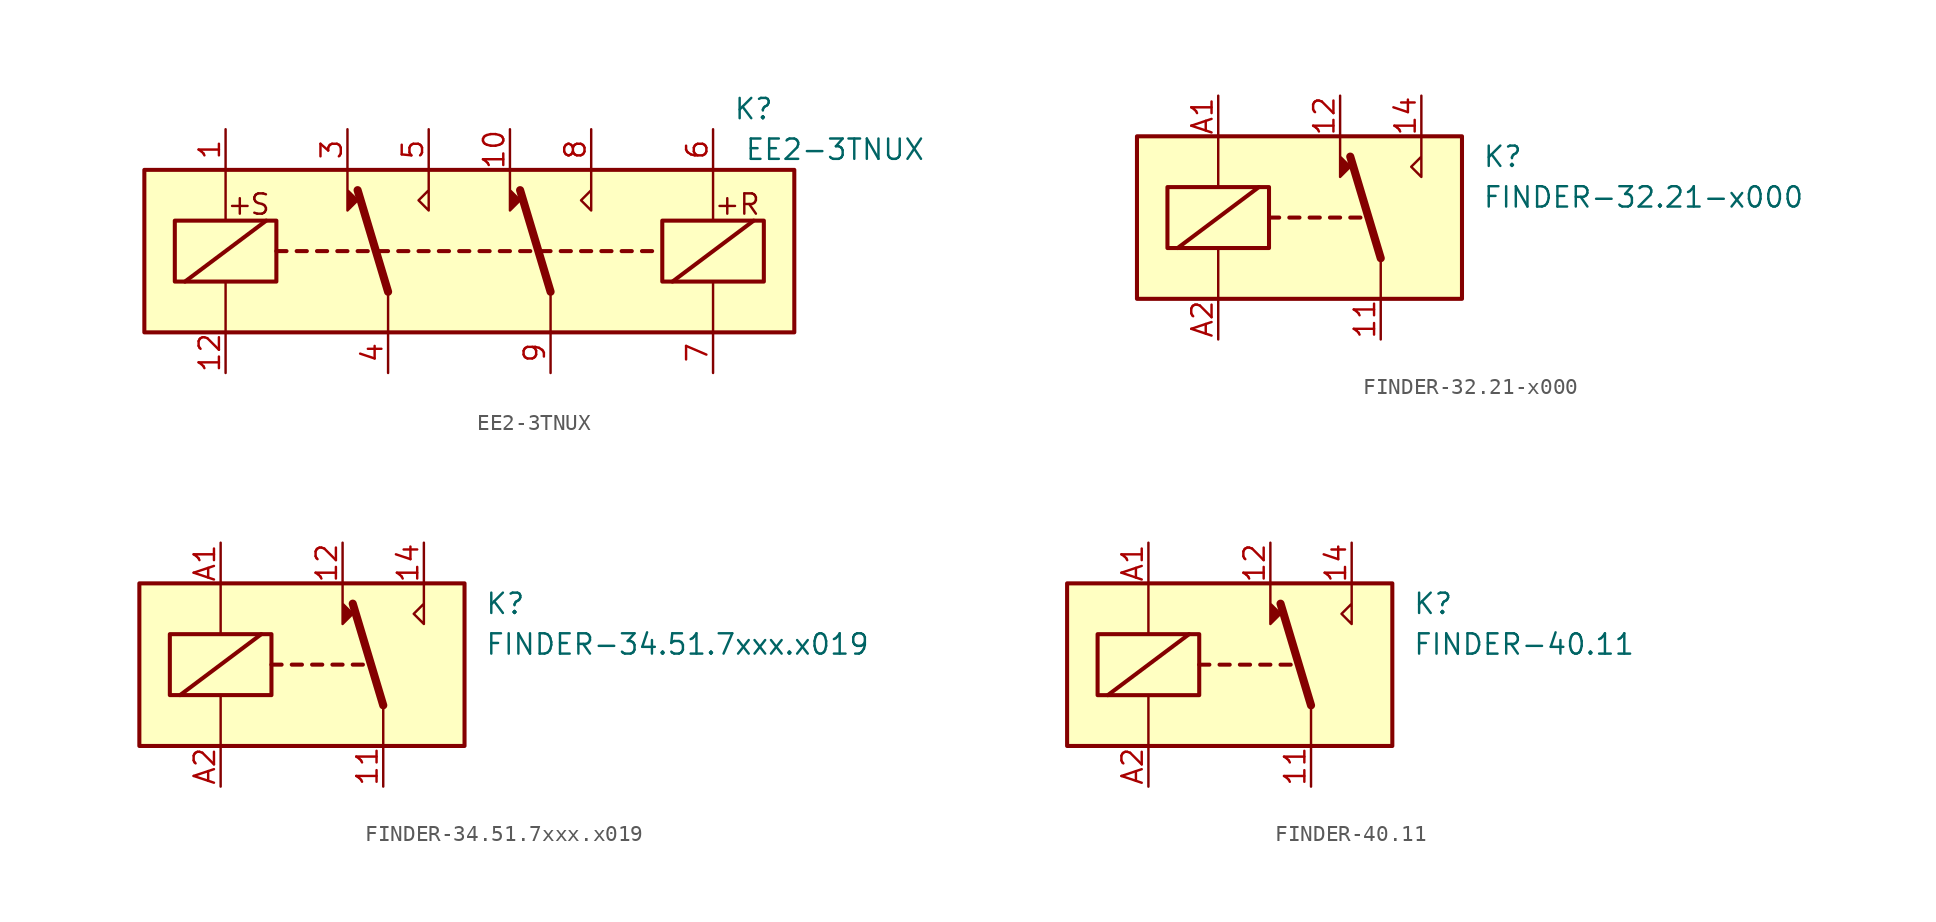
<source format=kicad_sym>
(kicad_symbol_lib
  (version 20231120)
  (generator "kicad_symbol_editor")
  (generator_version "8.0")
  (symbol "EE2-3TNUX"
    (property "Reference" "K"
      (at 17.78 8.89 0)
      (effects (font (size 1.27 1.27))))
    (property "Value" "EE2-3TNUX"
      (at 22.86 6.35 0)
      (effects (font (size 1.27 1.27))))
    (symbol "EE2-3TNUX_1_1"
      (rectangle (start -20.32 5.08) (end 20.32 -5.08) (stroke (width 0.254) (type default)) (fill (type background)))
      (rectangle (start -18.415 1.905) (end -12.065 -1.905) (stroke (width 0.254) (type default)) (fill (type none)))
      (polyline (pts (xy -17.78 -1.905) (xy -12.7 1.905)) (stroke (width 0.254) (type default)) (fill (type none)))
      (polyline (pts (xy -15.24 -5.08) (xy -15.24 -1.905)) (stroke (width 0) (type default)) (fill (type none)))
      (polyline (pts (xy -15.24 5.08) (xy -15.24 1.905)) (stroke (width 0) (type default)) (fill (type none)))
      (polyline (pts (xy -12.065 0) (xy -11.43 0)) (stroke (width 0.254) (type default)) (fill (type none)))
      (polyline (pts (xy -10.795 0) (xy -10.16 0)) (stroke (width 0.254) (type default)) (fill (type none)))
      (polyline (pts (xy -9.525 0) (xy -8.89 0)) (stroke (width 0.254) (type default)) (fill (type none)))
      (polyline (pts (xy -8.255 0) (xy -7.62 0)) (stroke (width 0.254) (type default)) (fill (type none)))
      (polyline (pts (xy -6.985 0) (xy -6.35 0)) (stroke (width 0.254) (type default)) (fill (type none)))
      (polyline (pts (xy -5.715 0) (xy -5.08 0)) (stroke (width 0.254) (type default)) (fill (type none)))
      (polyline (pts (xy -5.08 -2.54) (xy -6.985 3.81)) (stroke (width 0.508) (type default)) (fill (type none)))
      (polyline (pts (xy -5.08 -2.54) (xy -5.08 -5.08)) (stroke (width 0) (type default)) (fill (type none)))
      (polyline (pts (xy -4.445 0) (xy -3.81 0)) (stroke (width 0.254) (type default)) (fill (type none)))
      (polyline (pts (xy -3.175 0) (xy -2.54 0)) (stroke (width 0.254) (type default)) (fill (type none)))
      (polyline (pts (xy -1.905 0) (xy -1.27 0)) (stroke (width 0.254) (type default)) (fill (type none)))
      (polyline (pts (xy -0.635 0) (xy 0 0)) (stroke (width 0.254) (type default)) (fill (type none)))
      (polyline (pts (xy 0.635 0) (xy 1.27 0)) (stroke (width 0.254) (type default)) (fill (type none)))
      (polyline (pts (xy 1.905 0) (xy 2.54 0)) (stroke (width 0.254) (type default)) (fill (type none)))
      (polyline (pts (xy 3.175 0) (xy 3.81 0)) (stroke (width 0.254) (type default)) (fill (type none)))
      (polyline (pts (xy 4.445 0) (xy 5.08 0)) (stroke (width 0.254) (type default)) (fill (type none)))
      (polyline (pts (xy 5.08 -2.54) (xy 3.175 3.81)) (stroke (width 0.508) (type default)) (fill (type none)))
      (polyline (pts (xy 5.08 -2.54) (xy 5.08 -5.08)) (stroke (width 0) (type default)) (fill (type none)))
      (polyline (pts (xy 5.715 0) (xy 6.35 0)) (stroke (width 0.254) (type default)) (fill (type none)))
      (polyline (pts (xy 6.985 0) (xy 7.62 0)) (stroke (width 0.254) (type default)) (fill (type none)))
      (polyline (pts (xy 8.255 0) (xy 8.89 0)) (stroke (width 0.254) (type default)) (fill (type none)))
      (polyline (pts (xy 9.525 0) (xy 10.16 0)) (stroke (width 0.254) (type default)) (fill (type none)))
      (polyline (pts (xy 10.795 0) (xy 11.43 0)) (stroke (width 0.254) (type default)) (fill (type none)))
      (polyline (pts (xy 12.7 -1.905) (xy 17.78 1.905)) (stroke (width 0.254) (type default)) (fill (type none)))
      (polyline (pts (xy 15.24 -5.08) (xy 15.24 -1.905)) (stroke (width 0) (type default)) (fill (type none)))
      (polyline (pts (xy 15.24 5.08) (xy 15.24 1.905)) (stroke (width 0) (type default)) (fill (type none)))
      (polyline (pts (xy -7.62 5.08) (xy -7.62 2.54) (xy -6.985 3.175) (xy -7.62 3.81)) (stroke (width 0) (type default)) (fill (type outline)))
      (polyline (pts (xy -2.54 5.08) (xy -2.54 2.54) (xy -3.175 3.175) (xy -2.54 3.81)) (stroke (width 0) (type default)) (fill (type none)))
      (polyline (pts (xy 2.54 5.08) (xy 2.54 2.54) (xy 3.175 3.175) (xy 2.54 3.81)) (stroke (width 0) (type default)) (fill (type outline)))
      (polyline (pts (xy 7.62 5.08) (xy 7.62 2.54) (xy 6.985 3.175) (xy 7.62 3.81)) (stroke (width 0) (type default)) (fill (type none)))
      (rectangle (start 12.065 1.905) (end 18.415 -1.905) (stroke (width 0.254) (type default)) (fill (type none)))
      (text "+" (at -14.351 2.921 0) (effects (font (size 1.27 1.27))))
      (text "+" (at 16.129 2.921 0) (effects (font (size 1.27 1.27))))
      (text "R" (at 17.526 2.921 0) (effects (font (size 1.27 1.27))))
      (text "S" (at -13.081 2.921 0) (effects (font (size 1.27 1.27))))
      (pin passive line (at -15.24 7.62 270) (length 2.54) (name "~" (effects (font (size 1.27 1.27)))) (number "1" (effects (font (size 1.27 1.27)))))
      (pin passive line (at 2.54 7.62 270) (length 2.54) (name "~" (effects (font (size 1.27 1.27)))) (number "10" (effects (font (size 1.27 1.27)))))
      (pin passive line (at -15.24 -7.62 90) (length 2.54) (name "~" (effects (font (size 1.27 1.27)))) (number "12" (effects (font (size 1.27 1.27)))))
      (pin passive line (at -7.62 7.62 270) (length 2.54) (name "~" (effects (font (size 1.27 1.27)))) (number "3" (effects (font (size 1.27 1.27)))))
      (pin passive line (at -5.08 -7.62 90) (length 2.54) (name "~" (effects (font (size 1.27 1.27)))) (number "4" (effects (font (size 1.27 1.27)))))
      (pin passive line (at -2.54 7.62 270) (length 2.54) (name "~" (effects (font (size 1.27 1.27)))) (number "5" (effects (font (size 1.27 1.27)))))
      (pin passive line (at 15.24 7.62 270) (length 2.54) (name "~" (effects (font (size 1.27 1.27)))) (number "6" (effects (font (size 1.27 1.27)))))
      (pin passive line (at 15.24 -7.62 90) (length 2.54) (name "~" (effects (font (size 1.27 1.27)))) (number "7" (effects (font (size 1.27 1.27)))))
      (pin passive line (at 7.62 7.62 270) (length 2.54) (name "~" (effects (font (size 1.27 1.27)))) (number "8" (effects (font (size 1.27 1.27)))))
      (pin passive line (at 5.08 -7.62 90) (length 2.54) (name "~" (effects (font (size 1.27 1.27)))) (number "9" (effects (font (size 1.27 1.27)))))))
  (symbol "FINDER-32.21-x000"
    (property "Reference" "K"
      (at 11.43 3.81 0)
      (effects (font (size 1.27 1.27)) (justify left)))
    (property "Value" "FINDER-32.21-x000"
      (at 11.43 1.27 0)
      (effects (font (size 1.27 1.27)) (justify left)))
    (symbol "FINDER-32.21-x000_0_0"
      (polyline (pts (xy 2.54 5.08) (xy 2.54 2.54) (xy 3.175 3.175) (xy 2.54 3.81)) (stroke (width 0) (type default)) (fill (type outline)))
      (polyline (pts (xy 7.62 5.08) (xy 7.62 2.54) (xy 6.985 3.175) (xy 7.62 3.81)) (stroke (width 0) (type default)) (fill (type none))))
    (symbol "FINDER-32.21-x000_0_1"
      (rectangle (start -10.16 5.08) (end 10.16 -5.08) (stroke (width 0.254) (type default)) (fill (type background)))
      (rectangle (start -8.255 1.905) (end -1.905 -1.905) (stroke (width 0.254) (type default)) (fill (type none)))
      (polyline (pts (xy -7.62 -1.905) (xy -2.54 1.905)) (stroke (width 0.254) (type default)) (fill (type none)))
      (polyline (pts (xy -5.08 -5.08) (xy -5.08 -1.905)) (stroke (width 0) (type default)) (fill (type none)))
      (polyline (pts (xy -5.08 5.08) (xy -5.08 1.905)) (stroke (width 0) (type default)) (fill (type none)))
      (polyline (pts (xy -1.905 0) (xy -1.27 0)) (stroke (width 0.254) (type default)) (fill (type none)))
      (polyline (pts (xy -0.635 0) (xy 0 0)) (stroke (width 0.254) (type default)) (fill (type none)))
      (polyline (pts (xy 0.635 0) (xy 1.27 0)) (stroke (width 0.254) (type default)) (fill (type none)))
      (polyline (pts (xy 1.905 0) (xy 2.54 0)) (stroke (width 0.254) (type default)) (fill (type none)))
      (polyline (pts (xy 3.175 0) (xy 3.81 0)) (stroke (width 0.254) (type default)) (fill (type none)))
      (polyline (pts (xy 5.08 -2.54) (xy 3.175 3.81)) (stroke (width 0.508) (type default)) (fill (type none)))
      (polyline (pts (xy 5.08 -2.54) (xy 5.08 -5.08)) (stroke (width 0) (type default)) (fill (type none))))
    (symbol "FINDER-32.21-x000_1_1"
      (pin passive line (at 5.08 -7.62 90) (length 2.54) (name "~" (effects (font (size 1.27 1.27)))) (number "11" (effects (font (size 1.27 1.27)))))
      (pin passive line (at 2.54 7.62 270) (length 2.54) (name "~" (effects (font (size 1.27 1.27)))) (number "12" (effects (font (size 1.27 1.27)))))
      (pin passive line (at 7.62 7.62 270) (length 2.54) (name "~" (effects (font (size 1.27 1.27)))) (number "14" (effects (font (size 1.27 1.27)))))
      (pin passive line (at -5.08 7.62 270) (length 2.54) (name "~" (effects (font (size 1.27 1.27)))) (number "A1" (effects (font (size 1.27 1.27)))))
      (pin passive line (at -5.08 -7.62 90) (length 2.54) (name "~" (effects (font (size 1.27 1.27)))) (number "A2" (effects (font (size 1.27 1.27)))))))
  (symbol "FINDER-34.51.7xxx.x019"
    (property "Reference" "K"
      (at 11.43 3.81 0)
      (effects (font (size 1.27 1.27)) (justify left)))
    (property "Value" "FINDER-34.51.7xxx.x019"
      (at 11.43 1.27 0)
      (effects (font (size 1.27 1.27)) (justify left)))
    (symbol "FINDER-34.51.7xxx.x019_0_0"
      (polyline (pts (xy 7.62 5.08) (xy 7.62 2.54) (xy 6.985 3.175) (xy 7.62 3.81)) (stroke (width 0) (type default)) (fill (type none))))
    (symbol "FINDER-34.51.7xxx.x019_0_1"
      (rectangle (start -10.16 5.08) (end 10.16 -5.08) (stroke (width 0.254) (type default)) (fill (type background)))
      (rectangle (start -8.255 1.905) (end -1.905 -1.905) (stroke (width 0.254) (type default)) (fill (type none)))
      (polyline (pts (xy -7.62 -1.905) (xy -2.54 1.905)) (stroke (width 0.254) (type default)) (fill (type none)))
      (polyline (pts (xy -5.08 -5.08) (xy -5.08 -1.905)) (stroke (width 0) (type default)) (fill (type none)))
      (polyline (pts (xy -5.08 5.08) (xy -5.08 1.905)) (stroke (width 0) (type default)) (fill (type none)))
      (polyline (pts (xy -1.905 0) (xy -1.27 0)) (stroke (width 0.254) (type default)) (fill (type none)))
      (polyline (pts (xy -0.635 0) (xy 0 0)) (stroke (width 0.254) (type default)) (fill (type none)))
      (polyline (pts (xy 0.635 0) (xy 1.27 0)) (stroke (width 0.254) (type default)) (fill (type none)))
      (polyline (pts (xy 1.905 0) (xy 2.54 0)) (stroke (width 0.254) (type default)) (fill (type none)))
      (polyline (pts (xy 3.175 0) (xy 3.81 0)) (stroke (width 0.254) (type default)) (fill (type none)))
      (polyline (pts (xy 5.08 -2.54) (xy 3.175 3.81)) (stroke (width 0.508) (type default)) (fill (type none)))
      (polyline (pts (xy 5.08 -2.54) (xy 5.08 -5.08)) (stroke (width 0) (type default)) (fill (type none)))
      (polyline (pts (xy 2.54 5.08) (xy 2.54 2.54) (xy 3.175 3.175) (xy 2.54 3.81)) (stroke (width 0) (type default)) (fill (type outline))))
    (symbol "FINDER-34.51.7xxx.x019_1_1"
      (pin passive line (at 5.08 -7.62 90) (length 2.54) (name "~" (effects (font (size 1.27 1.27)))) (number "11" (effects (font (size 1.27 1.27)))))
      (pin passive line (at 2.54 7.62 270) (length 2.54) (name "~" (effects (font (size 1.27 1.27)))) (number "12" (effects (font (size 1.27 1.27)))))
      (pin passive line (at 7.62 7.62 270) (length 2.54) (name "~" (effects (font (size 1.27 1.27)))) (number "14" (effects (font (size 1.27 1.27)))))
      (pin passive line (at -5.08 7.62 270) (length 2.54) (name "~" (effects (font (size 1.27 1.27)))) (number "A1" (effects (font (size 1.27 1.27)))))
      (pin passive line (at -5.08 -7.62 90) (length 2.54) (name "~" (effects (font (size 1.27 1.27)))) (number "A2" (effects (font (size 1.27 1.27)))))))
  (symbol "FINDER-40.11"
    (property "Reference" "K"
      (at 11.43 3.81 0)
      (effects (font (size 1.27 1.27)) (justify left)))
    (property "Value" "FINDER-40.11"
      (at 11.43 1.27 0)
      (effects (font (size 1.27 1.27)) (justify left)))
    (symbol "FINDER-40.11_0_0"
      (polyline (pts (xy 7.62 5.08) (xy 7.62 2.54) (xy 6.985 3.175) (xy 7.62 3.81)) (stroke (width 0) (type default)) (fill (type none))))
    (symbol "FINDER-40.11_0_1"
      (rectangle (start -10.16 5.08) (end 10.16 -5.08) (stroke (width 0.254) (type default)) (fill (type background)))
      (rectangle (start -8.255 1.905) (end -1.905 -1.905) (stroke (width 0.254) (type default)) (fill (type none)))
      (polyline (pts (xy -7.62 -1.905) (xy -2.54 1.905)) (stroke (width 0.254) (type default)) (fill (type none)))
      (polyline (pts (xy -5.08 -5.08) (xy -5.08 -1.905)) (stroke (width 0) (type default)) (fill (type none)))
      (polyline (pts (xy -5.08 5.08) (xy -5.08 1.905)) (stroke (width 0) (type default)) (fill (type none)))
      (polyline (pts (xy -1.905 0) (xy -1.27 0)) (stroke (width 0.254) (type default)) (fill (type none)))
      (polyline (pts (xy -0.635 0) (xy 0 0)) (stroke (width 0.254) (type default)) (fill (type none)))
      (polyline (pts (xy 0.635 0) (xy 1.27 0)) (stroke (width 0.254) (type default)) (fill (type none)))
      (polyline (pts (xy 1.905 0) (xy 2.54 0)) (stroke (width 0.254) (type default)) (fill (type none)))
      (polyline (pts (xy 3.175 0) (xy 3.81 0)) (stroke (width 0.254) (type default)) (fill (type none)))
      (polyline (pts (xy 5.08 -2.54) (xy 3.175 3.81)) (stroke (width 0.508) (type default)) (fill (type none)))
      (polyline (pts (xy 5.08 -2.54) (xy 5.08 -5.08)) (stroke (width 0) (type default)) (fill (type none)))
      (polyline (pts (xy 2.54 5.08) (xy 2.54 2.54) (xy 3.175 3.175) (xy 2.54 3.81)) (stroke (width 0) (type default)) (fill (type outline))))
    (symbol "FINDER-40.11_1_1"
      (pin passive line (at 5.08 -7.62 90) (length 2.54) (name "~" (effects (font (size 1.27 1.27)))) (number "11" (effects (font (size 1.27 1.27)))))
      (pin passive line (at 2.54 7.62 270) (length 2.54) (name "~" (effects (font (size 1.27 1.27)))) (number "12" (effects (font (size 1.27 1.27)))))
      (pin passive line (at 7.62 7.62 270) (length 2.54) (name "~" (effects (font (size 1.27 1.27)))) (number "14" (effects (font (size 1.27 1.27)))))
      (pin passive line (at -5.08 7.62 270) (length 2.54) (name "~" (effects (font (size 1.27 1.27)))) (number "A1" (effects (font (size 1.27 1.27)))))
      (pin passive line (at -5.08 -7.62 90) (length 2.54) (name "~" (effects (font (size 1.27 1.27)))) (number "A2" (effects (font (size 1.27 1.27))))))))
</source>
